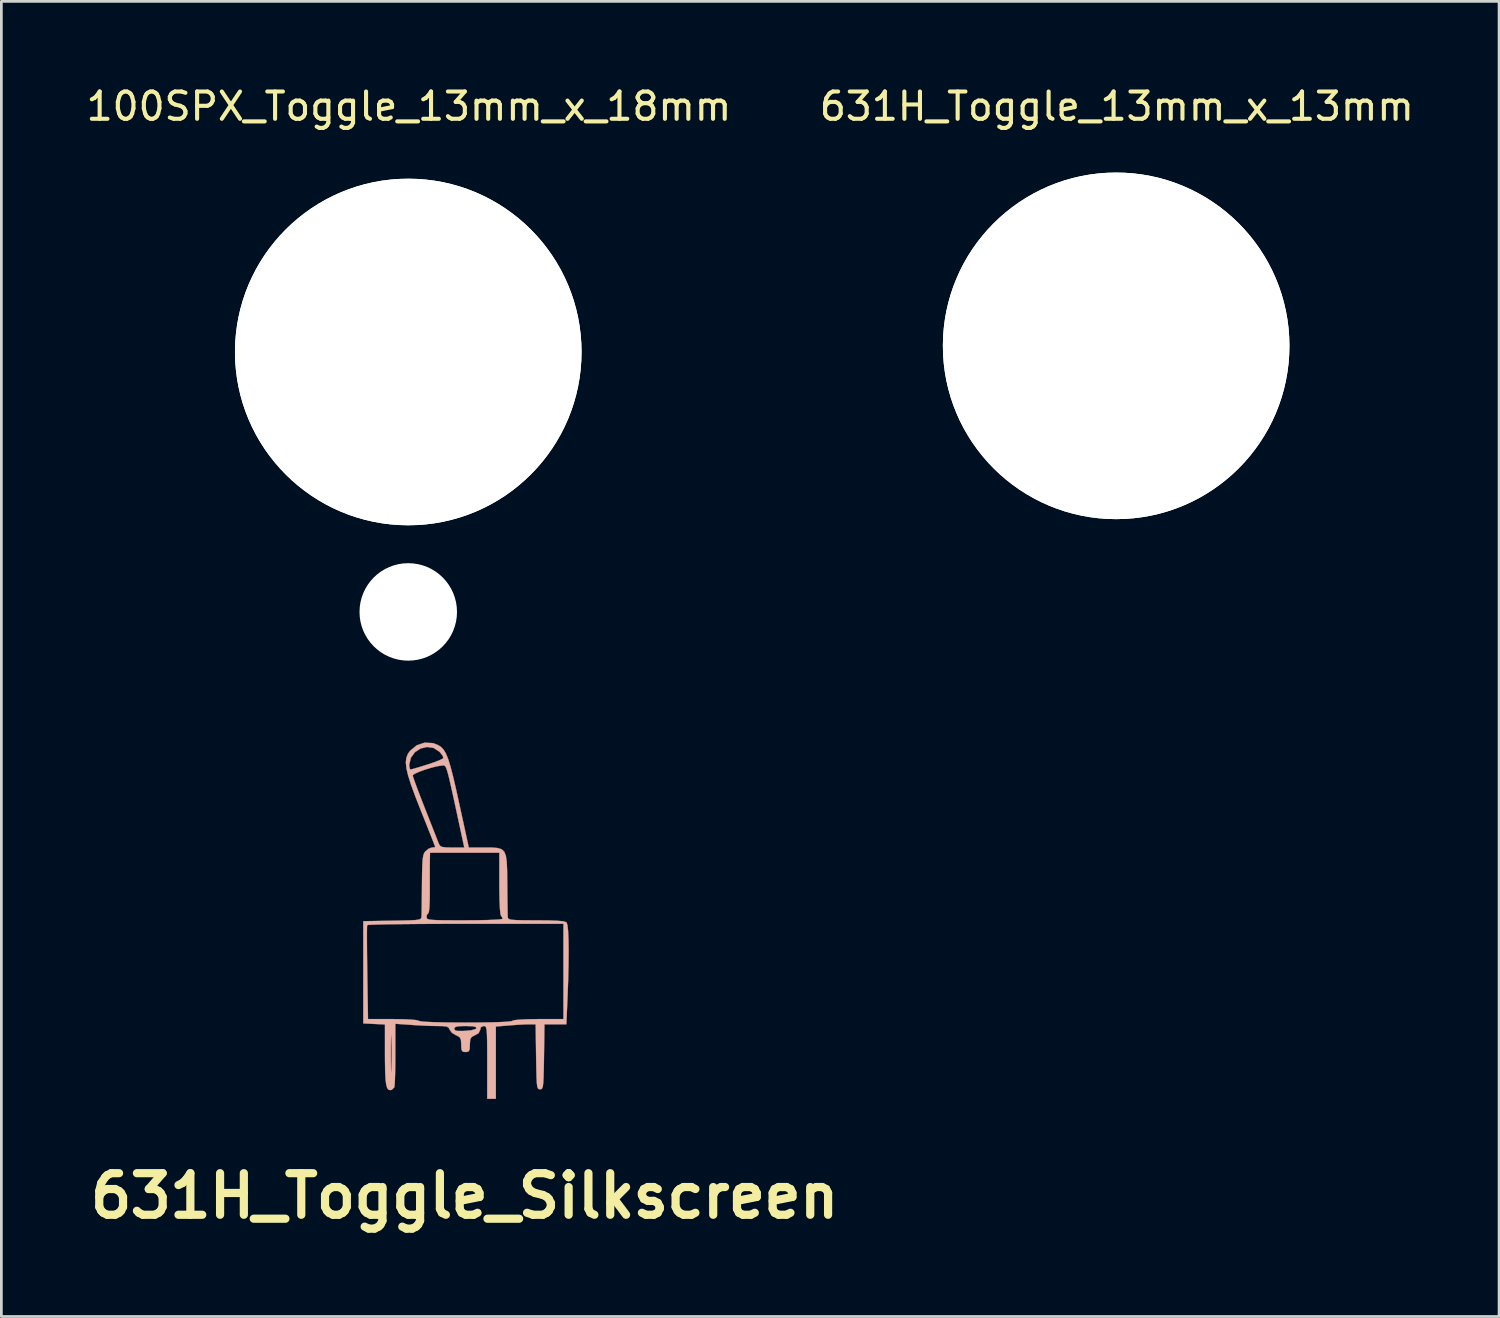
<source format=kicad_pcb>
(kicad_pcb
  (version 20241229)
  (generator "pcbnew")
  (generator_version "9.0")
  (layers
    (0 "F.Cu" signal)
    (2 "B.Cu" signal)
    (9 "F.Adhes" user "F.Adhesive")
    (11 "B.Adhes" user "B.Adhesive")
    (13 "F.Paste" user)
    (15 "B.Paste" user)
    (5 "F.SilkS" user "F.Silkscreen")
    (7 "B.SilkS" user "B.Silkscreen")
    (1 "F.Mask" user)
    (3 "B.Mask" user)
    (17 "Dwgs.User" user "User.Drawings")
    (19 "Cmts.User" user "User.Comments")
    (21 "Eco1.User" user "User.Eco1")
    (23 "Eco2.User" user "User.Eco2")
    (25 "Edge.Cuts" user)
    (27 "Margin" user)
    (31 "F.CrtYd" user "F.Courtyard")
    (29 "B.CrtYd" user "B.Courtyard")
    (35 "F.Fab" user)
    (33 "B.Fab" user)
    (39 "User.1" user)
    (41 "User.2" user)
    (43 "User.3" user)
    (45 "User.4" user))
  (footprint "631H_Toggle_Silkscreen"
    (layer "F.Cu")
    (at 13.977 30.674)
    (property "Reference" "631H_Toggle_Silkscreen" (at 0 10.1 0) (layer "F.SilkS") (effects (font (size 1.524 1.524) (thickness 0.3))))
    (attr through_hole)
    (fp_poly (pts (xy -1.168 -6.494) (xy -1.119 -6.479) (xy -0.985 -6.427) (xy -0.873 -6.359) (xy -0.776 -6.259) (xy -0.689 -6.116) (xy -0.606 -5.915) (xy -0.521 -5.642) (xy -0.428 -5.284) (xy -0.321 -4.828) (xy -0.211 -4.329) (xy 0.151 -2.667) (xy 0.732 -2.667) (xy 1.003 -2.666) (xy 1.206 -2.65) (xy 1.352 -2.606) (xy 1.45 -2.516) (xy 1.51 -2.366) (xy 1.543 -2.138) (xy 1.556 -1.817) (xy 1.561 -1.388) (xy 1.562 -1.312) (xy 1.565 -0.946) (xy 1.569 -0.619) (xy 1.573 -0.354) (xy 1.576 -0.175) (xy 1.579 -0.111) (xy 1.592 -0.07) (xy 1.637 -0.04) (xy 1.731 -0.02) (xy 1.892 -0.008) (xy 2.138 -0.002) (xy 2.488 -0.000087) (xy 2.623 0) (xy 3.068 0.004) (xy 3.395 0.016) (xy 3.61 0.037) (xy 3.721 0.067) (xy 3.734 0.076) (xy 3.766 0.175) (xy 3.79 0.389) (xy 3.805 0.707) (xy 3.81 1.119) (xy 3.806 1.613) (xy 3.793 2.178) (xy 3.77 2.803) (xy 3.768 2.847) (xy 3.727 3.81) (xy 2.924 3.81) (xy 2.907 5.001) (xy 2.9 5.417) (xy 2.892 5.722) (xy 2.882 5.935) (xy 2.867 6.071) (xy 2.845 6.148) (xy 2.814 6.183) (xy 2.772 6.191) (xy 2.762 6.191) (xy 2.718 6.186) (xy 2.685 6.158) (xy 2.661 6.09) (xy 2.645 5.967) (xy 2.634 5.77) (xy 2.626 5.483) (xy 2.619 5.089) (xy 2.618 5.001) (xy 2.601 3.81) (xy 2.358 3.81) (xy 2.172 3.815) (xy 1.914 3.83) (xy 1.639 3.85) (xy 1.629 3.851) (xy 1.143 3.892) (xy 1.143 6.54) (xy 0.826 6.54) (xy 0.826 5.207) (xy 0.825 4.764) (xy 0.823 4.431) (xy 0.817 4.194) (xy 0.806 4.035) (xy 0.789 3.94) (xy 0.763 3.892) (xy 0.728 3.875) (xy 0.699 3.873) (xy 0.593 3.917) (xy 0.572 4.006) (xy 0.512 4.135) (xy 0.381 4.21) (xy 0.26 4.271) (xy 0.205 4.359) (xy 0.191 4.522) (xy 0.191 4.554) (xy 0.183 4.725) (xy 0.147 4.804) (xy 0.063 4.825) (xy 0.032 4.826) (xy -0.068 4.813) (xy -0.114 4.752) (xy -0.127 4.608) (xy -0.127 4.554) (xy -0.137 4.377) (xy -0.185 4.281) (xy -0.296 4.219) (xy -0.322 4.209) (xy -0.469 4.12) (xy -0.551 4.007) (xy -0.552 4.004) (xy -0.568 3.972) (xy -0.381 3.972) (xy -0.358 4.026) (xy -0.273 4.052) (xy -0.098 4.055) (xy 0.011 4.051) (xy 0.25 4.027) (xy 0.395 3.985) (xy 0.429 3.953) (xy 0.406 3.908) (xy 0.289 3.882) (xy 0.064 3.874) (xy 0.037 3.873) (xy -0.195 3.879) (xy -0.324 3.901) (xy -0.376 3.944) (xy -0.381 3.972) (xy -0.568 3.972) (xy -0.587 3.932) (xy -0.663 3.892) (xy -0.813 3.876) (xy -0.982 3.873) (xy -1.236 3.869) (xy -1.557 3.856) (xy -1.885 3.837) (xy -1.959 3.832) (xy -2.54 3.791) (xy -2.54 4.907) (xy -2.542 5.276) (xy -2.548 5.605) (xy -2.557 5.872) (xy -2.568 6.054) (xy -2.579 6.123) (xy -2.667 6.209) (xy -2.729 6.223) (xy -2.793 6.205) (xy -2.841 6.14) (xy -2.876 6.015) (xy -2.9 5.815) (xy -2.914 5.526) (xy -2.92 5.133) (xy -2.921 4.889) (xy -2.704 4.889) (xy -2.703 5.205) (xy -2.7 5.429) (xy -2.696 5.553) (xy -2.69 5.568) (xy -2.684 5.466) (xy -2.683 5.445) (xy -2.676 5.093) (xy -2.675 4.699) (xy -2.683 4.344) (xy -2.683 4.334) (xy -2.69 4.217) (xy -2.695 4.218) (xy -2.7 4.33) (xy -2.703 4.542) (xy -2.704 4.846) (xy -2.704 4.889) (xy -2.921 4.889) (xy -2.921 4.821) (xy -2.921 3.816) (xy -3.715 3.778) (xy -3.715 0.709) (xy -3.581 0.709) (xy -3.579 1.061) (xy -3.575 1.472) (xy -3.569 1.921) (xy -3.542 3.619) (xy -2.632 3.619) (xy -2.272 3.624) (xy -1.983 3.636) (xy -1.782 3.655) (xy -1.687 3.679) (xy -1.683 3.683) (xy -1.607 3.703) (xy -1.412 3.72) (xy -1.107 3.733) (xy -0.698 3.742) (xy -0.194 3.746) (xy 0.032 3.747) (xy 0.571 3.744) (xy 1.018 3.737) (xy 1.366 3.726) (xy 1.606 3.711) (xy 1.731 3.692) (xy 1.746 3.683) (xy 1.823 3.658) (xy 2.01 3.639) (xy 2.288 3.625) (xy 2.639 3.62) (xy 2.702 3.619) (xy 3.619 3.619) (xy 3.619 0.127) (xy 0.035 0.127) (xy -0.627 0.128) (xy -1.25 0.13) (xy -1.824 0.134) (xy -2.335 0.139) (xy -2.774 0.145) (xy -3.128 0.152) (xy -3.386 0.16) (xy -3.537 0.168) (xy -3.572 0.175) (xy -3.578 0.248) (xy -3.581 0.432) (xy -3.581 0.709) (xy -3.715 0.709) (xy -3.715 0.032) (xy -2.651 0.014) (xy -2.261 0.007) (xy -1.981 -0.000256) (xy -1.791 -0.011) (xy -1.674 -0.029) (xy -1.612 -0.055) (xy -1.587 -0.093) (xy -1.583 -0.127) (xy -1.397 -0.127) (xy -1.392 -0.086) (xy -1.368 -0.054) (xy -1.308 -0.032) (xy -1.198 -0.017) (xy -1.021 -0.007) (xy -0.761 -0.002) (xy -0.404 -0.000301) (xy 0 0) (xy 0.45 -0.003) (xy 0.827 -0.01) (xy 1.119 -0.022) (xy 1.313 -0.037) (xy 1.395 -0.056) (xy 1.397 -0.06) (xy 1.351 -0.146) (xy 1.333 -0.159) (xy 1.31 -0.236) (xy 1.292 -0.426) (xy 1.278 -0.716) (xy 1.271 -1.093) (xy 1.27 -1.337) (xy 1.27 -2.477) (xy -1.27 -2.477) (xy -1.275 -2.207) (xy -1.277 -2.04) (xy -1.278 -1.78) (xy -1.278 -1.462) (xy -1.277 -1.121) (xy -1.277 -1.095) (xy -1.28 -0.749) (xy -1.291 -0.483) (xy -1.31 -0.313) (xy -1.335 -0.254) (xy -1.385 -0.201) (xy -1.397 -0.127) (xy -1.583 -0.127) (xy -1.581 -0.144) (xy -1.578 -0.254) (xy -1.575 -0.465) (xy -1.571 -0.755) (xy -1.567 -1.097) (xy -1.565 -1.343) (xy -1.56 -1.739) (xy -1.552 -2.028) (xy -1.539 -2.231) (xy -1.518 -2.367) (xy -1.488 -2.457) (xy -1.445 -2.522) (xy -1.435 -2.533) (xy -1.306 -2.633) (xy -1.197 -2.667) (xy -1.099 -2.677) (xy -1.079 -2.689) (xy -1.102 -2.751) (xy -1.165 -2.915) (xy -1.262 -3.161) (xy -1.386 -3.474) (xy -1.531 -3.836) (xy -1.599 -4.006) (xy -1.807 -4.536) (xy -1.964 -4.965) (xy -2.073 -5.308) (xy -2.073 -5.309) (xy -1.905 -5.309) (xy -1.882 -5.231) (xy -1.82 -5.054) (xy -1.725 -4.797) (xy -1.604 -4.481) (xy -1.466 -4.125) (xy -1.454 -4.096) (xy -1.31 -3.731) (xy -1.18 -3.399) (xy -1.07 -3.121) (xy -0.991 -2.918) (xy -0.949 -2.812) (xy -0.948 -2.81) (xy -0.906 -2.734) (xy -0.833 -2.691) (xy -0.698 -2.672) (xy -0.47 -2.667) (xy -0.453 -2.667) (xy -0.014 -2.667) (xy -0.168 -3.381) (xy -0.296 -3.977) (xy -0.401 -4.461) (xy -0.485 -4.843) (xy -0.552 -5.137) (xy -0.605 -5.353) (xy -0.649 -5.503) (xy -0.685 -5.599) (xy -0.718 -5.652) (xy -0.752 -5.674) (xy -0.789 -5.677) (xy -0.833 -5.672) (xy -0.846 -5.671) (xy -1.019 -5.644) (xy -1.236 -5.588) (xy -1.466 -5.517) (xy -1.676 -5.44) (xy -1.833 -5.369) (xy -1.904 -5.315) (xy -1.905 -5.309) (xy -2.073 -5.309) (xy -2.136 -5.579) (xy -2.145 -5.68) (xy -2.032 -5.68) (xy -2.015 -5.563) (xy -1.984 -5.526) (xy -1.907 -5.544) (xy -1.737 -5.593) (xy -1.506 -5.663) (xy -1.369 -5.706) (xy -1.12 -5.79) (xy -0.921 -5.867) (xy -0.801 -5.927) (xy -0.78 -5.948) (xy -0.807 -6.03) (xy -0.9 -6.152) (xy -0.928 -6.181) (xy -1.142 -6.318) (xy -1.381 -6.352) (xy -1.617 -6.295) (xy -1.823 -6.16) (xy -1.97 -5.958) (xy -2.032 -5.704) (xy -2.032 -5.68) (xy -2.145 -5.68) (xy -2.156 -5.792) (xy -2.135 -5.962) (xy -2.077 -6.103) (xy -2.001 -6.211) (xy -1.757 -6.413) (xy -1.469 -6.51) (xy -1.168 -6.494)) (stroke (width 0.01) (type solid)) (fill yes) (layer "B.SilkS")))
  (footprint "631H_Toggle_13mm_x_13mm"
    (layer "F.Cu")
    (at 37.85 9.623)
    (property "Reference" "631H_Toggle_13mm_x_13mm" (at 0.025 -8.775 0) (layer "F.SilkS") (effects (font (size 1 1) (thickness 0.15))))
    (attr through_hole)
    (pad "" np_thru_hole circle (at 0 0) (size 12.7 12.7) (drill 12.7) (layers "*.Mask" "F.Cu"))
    (pad "" np_thru_hole circle (at 0 0) (size 12.7 12.7) (drill 12.7) (layers "B.Cu")))
  (footprint "100SPX_Toggle_13mm_x_18mm"
    (layer "F.Cu")
    (at 11.91 9.848)
    (property "Reference" "100SPX_Toggle_13mm_x_18mm" (at 0.025 -9 0) (layer "F.SilkS") (effects (font (size 1 1) (thickness 0.15))))
    (attr through_hole)
    (pad "" np_thru_hole circle (at 0 0) (size 12.7 12.7) (drill 12.7) (layers "*.Mask" "F.Cu"))
    (pad "" np_thru_hole circle (at 0 0) (size 12.7 12.7) (drill 12.7) (layers "*.Mask" "B.Cu"))
    (pad "" np_thru_hole circle (at 0 9.525) (size 3.572 3.572) (drill 3.572) (layers "*.Cu" "*.Mask")))
  (gr_rect
    (start -3 -3)
    (end 51.881 45.192)
    (stroke (width 0.1) (type default))
    (fill no)
    (layer "Edge.Cuts")))
</source>
